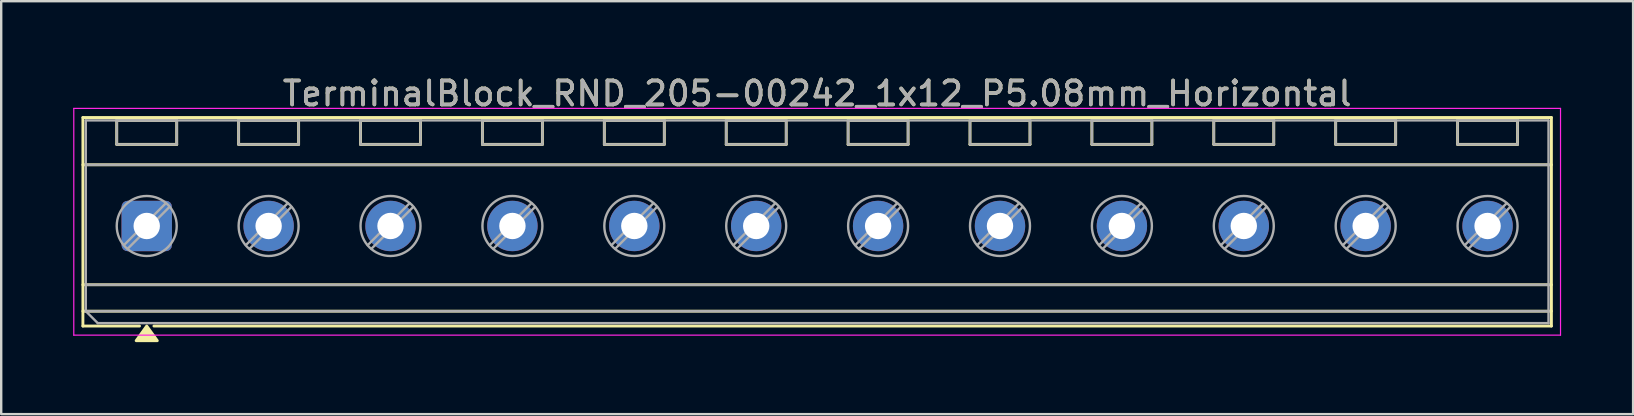
<source format=kicad_pcb>
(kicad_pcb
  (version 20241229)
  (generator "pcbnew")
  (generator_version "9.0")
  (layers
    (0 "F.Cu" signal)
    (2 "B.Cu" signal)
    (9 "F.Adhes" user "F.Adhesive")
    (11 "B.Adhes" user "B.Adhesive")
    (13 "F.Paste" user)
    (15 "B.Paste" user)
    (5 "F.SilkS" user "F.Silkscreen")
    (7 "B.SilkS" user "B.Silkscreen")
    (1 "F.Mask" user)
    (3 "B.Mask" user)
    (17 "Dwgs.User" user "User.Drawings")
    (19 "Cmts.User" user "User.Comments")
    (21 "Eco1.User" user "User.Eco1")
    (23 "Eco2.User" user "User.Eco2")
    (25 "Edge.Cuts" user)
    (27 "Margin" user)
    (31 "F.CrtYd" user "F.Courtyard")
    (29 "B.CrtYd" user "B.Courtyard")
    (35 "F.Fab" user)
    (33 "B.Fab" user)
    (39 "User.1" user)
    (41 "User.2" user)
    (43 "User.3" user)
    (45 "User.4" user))
  (footprint "TerminalBlock_RND_205-00242_1x12_P5.08mm_Horizontal"
    (layer "F.Cu")
    (at 3.065 6.368)
    (property "Reference" "TerminalBlock_RND_205-00242_1x12_P5.08mm_Horizontal" (at 27.94 -5.52 0) (layer "F.SilkS") (effects (font (size 1 1) (thickness 0.15))))
    (attr through_hole)
    (fp_line (start -2.66 -4.52) (end -2.66 4.17) (stroke (width 0.12) (type solid)) (layer "F.SilkS"))
    (fp_line (start -2.66 -4.52) (end 58.54 -4.52) (stroke (width 0.12) (type solid)) (layer "F.SilkS"))
    (fp_line (start -2.66 -2.55) (end 58.54 -2.55) (stroke (width 0.12) (type solid)) (layer "F.SilkS"))
    (fp_line (start -2.66 2.45) (end 58.54 2.45) (stroke (width 0.12) (type solid)) (layer "F.SilkS"))
    (fp_line (start -2.66 3.55) (end 58.54 3.55) (stroke (width 0.12) (type solid)) (layer "F.SilkS"))
    (fp_line (start -2.66 4.17) (end -0.3 4.17) (stroke (width 0.12) (type solid)) (layer "F.SilkS"))
    (fp_line (start -1.25 -4.4) (end -1.25 -3.4) (stroke (width 0.12) (type solid)) (layer "F.SilkS"))
    (fp_line (start -1.25 -4.4) (end 1.25 -4.4) (stroke (width 0.12) (type solid)) (layer "F.SilkS"))
    (fp_line (start -1.25 -3.4) (end 1.25 -3.4) (stroke (width 0.12) (type solid)) (layer "F.SilkS"))
    (fp_line (start 0.3 4.17) (end 58.54 4.17) (stroke (width 0.12) (type solid)) (layer "F.SilkS"))
    (fp_line (start 1.25 -4.4) (end 1.25 -3.4) (stroke (width 0.12) (type solid)) (layer "F.SilkS"))
    (fp_line (start 3.83 -4.4) (end 3.83 -3.4) (stroke (width 0.12) (type solid)) (layer "F.SilkS"))
    (fp_line (start 3.83 -4.4) (end 6.33 -4.4) (stroke (width 0.12) (type solid)) (layer "F.SilkS"))
    (fp_line (start 3.83 -3.4) (end 6.33 -3.4) (stroke (width 0.12) (type solid)) (layer "F.SilkS"))
    (fp_line (start 6.33 -4.4) (end 6.33 -3.4) (stroke (width 0.12) (type solid)) (layer "F.SilkS"))
    (fp_line (start 8.91 -4.4) (end 8.91 -3.4) (stroke (width 0.12) (type solid)) (layer "F.SilkS"))
    (fp_line (start 8.91 -4.4) (end 11.41 -4.4) (stroke (width 0.12) (type solid)) (layer "F.SilkS"))
    (fp_line (start 8.91 -3.4) (end 11.41 -3.4) (stroke (width 0.12) (type solid)) (layer "F.SilkS"))
    (fp_line (start 11.41 -4.4) (end 11.41 -3.4) (stroke (width 0.12) (type solid)) (layer "F.SilkS"))
    (fp_line (start 13.99 -4.4) (end 13.99 -3.4) (stroke (width 0.12) (type solid)) (layer "F.SilkS"))
    (fp_line (start 13.99 -4.4) (end 16.49 -4.4) (stroke (width 0.12) (type solid)) (layer "F.SilkS"))
    (fp_line (start 13.99 -3.4) (end 16.49 -3.4) (stroke (width 0.12) (type solid)) (layer "F.SilkS"))
    (fp_line (start 16.49 -4.4) (end 16.49 -3.4) (stroke (width 0.12) (type solid)) (layer "F.SilkS"))
    (fp_line (start 19.07 -4.4) (end 19.07 -3.4) (stroke (width 0.12) (type solid)) (layer "F.SilkS"))
    (fp_line (start 19.07 -4.4) (end 21.57 -4.4) (stroke (width 0.12) (type solid)) (layer "F.SilkS"))
    (fp_line (start 19.07 -3.4) (end 21.57 -3.4) (stroke (width 0.12) (type solid)) (layer "F.SilkS"))
    (fp_line (start 21.57 -4.4) (end 21.57 -3.4) (stroke (width 0.12) (type solid)) (layer "F.SilkS"))
    (fp_line (start 24.15 -4.4) (end 24.15 -3.4) (stroke (width 0.12) (type solid)) (layer "F.SilkS"))
    (fp_line (start 24.15 -4.4) (end 26.65 -4.4) (stroke (width 0.12) (type solid)) (layer "F.SilkS"))
    (fp_line (start 24.15 -3.4) (end 26.65 -3.4) (stroke (width 0.12) (type solid)) (layer "F.SilkS"))
    (fp_line (start 26.65 -4.4) (end 26.65 -3.4) (stroke (width 0.12) (type solid)) (layer "F.SilkS"))
    (fp_line (start 29.23 -4.4) (end 29.23 -3.4) (stroke (width 0.12) (type solid)) (layer "F.SilkS"))
    (fp_line (start 29.23 -4.4) (end 31.73 -4.4) (stroke (width 0.12) (type solid)) (layer "F.SilkS"))
    (fp_line (start 29.23 -3.4) (end 31.73 -3.4) (stroke (width 0.12) (type solid)) (layer "F.SilkS"))
    (fp_line (start 31.73 -4.4) (end 31.73 -3.4) (stroke (width 0.12) (type solid)) (layer "F.SilkS"))
    (fp_line (start 34.31 -4.4) (end 34.31 -3.4) (stroke (width 0.12) (type solid)) (layer "F.SilkS"))
    (fp_line (start 34.31 -4.4) (end 36.81 -4.4) (stroke (width 0.12) (type solid)) (layer "F.SilkS"))
    (fp_line (start 34.31 -3.4) (end 36.81 -3.4) (stroke (width 0.12) (type solid)) (layer "F.SilkS"))
    (fp_line (start 36.81 -4.4) (end 36.81 -3.4) (stroke (width 0.12) (type solid)) (layer "F.SilkS"))
    (fp_line (start 39.39 -4.4) (end 39.39 -3.4) (stroke (width 0.12) (type solid)) (layer "F.SilkS"))
    (fp_line (start 39.39 -4.4) (end 41.89 -4.4) (stroke (width 0.12) (type solid)) (layer "F.SilkS"))
    (fp_line (start 39.39 -3.4) (end 41.89 -3.4) (stroke (width 0.12) (type solid)) (layer "F.SilkS"))
    (fp_line (start 41.89 -4.4) (end 41.89 -3.4) (stroke (width 0.12) (type solid)) (layer "F.SilkS"))
    (fp_line (start 44.47 -4.4) (end 44.47 -3.4) (stroke (width 0.12) (type solid)) (layer "F.SilkS"))
    (fp_line (start 44.47 -4.4) (end 46.97 -4.4) (stroke (width 0.12) (type solid)) (layer "F.SilkS"))
    (fp_line (start 44.47 -3.4) (end 46.97 -3.4) (stroke (width 0.12) (type solid)) (layer "F.SilkS"))
    (fp_line (start 46.97 -4.4) (end 46.97 -3.4) (stroke (width 0.12) (type solid)) (layer "F.SilkS"))
    (fp_line (start 49.55 -4.4) (end 49.55 -3.4) (stroke (width 0.12) (type solid)) (layer "F.SilkS"))
    (fp_line (start 49.55 -4.4) (end 52.05 -4.4) (stroke (width 0.12) (type solid)) (layer "F.SilkS"))
    (fp_line (start 49.55 -3.4) (end 52.05 -3.4) (stroke (width 0.12) (type solid)) (layer "F.SilkS"))
    (fp_line (start 52.05 -4.4) (end 52.05 -3.4) (stroke (width 0.12) (type solid)) (layer "F.SilkS"))
    (fp_line (start 54.63 -4.4) (end 54.63 -3.4) (stroke (width 0.12) (type solid)) (layer "F.SilkS"))
    (fp_line (start 54.63 -4.4) (end 57.13 -4.4) (stroke (width 0.12) (type solid)) (layer "F.SilkS"))
    (fp_line (start 54.63 -3.4) (end 57.13 -3.4) (stroke (width 0.12) (type solid)) (layer "F.SilkS"))
    (fp_line (start 57.13 -4.4) (end 57.13 -3.4) (stroke (width 0.12) (type solid)) (layer "F.SilkS"))
    (fp_line (start 58.54 -4.52) (end 58.54 4.17) (stroke (width 0.12) (type solid)) (layer "F.SilkS"))
    (fp_poly (pts (xy 0 4.17) (xy 0.44 4.78) (xy -0.44 4.78)) (stroke (width 0.12) (type solid)) (fill yes) (layer "F.SilkS"))
    (fp_line (start -3.04 -4.9) (end -3.04 4.55) (stroke (width 0.05) (type solid)) (layer "F.CrtYd"))
    (fp_line (start -3.04 4.55) (end 58.92 4.55) (stroke (width 0.05) (type solid)) (layer "F.CrtYd"))
    (fp_line (start 58.92 -4.9) (end -3.04 -4.9) (stroke (width 0.05) (type solid)) (layer "F.CrtYd"))
    (fp_line (start 58.92 4.55) (end 58.92 -4.9) (stroke (width 0.05) (type solid)) (layer "F.CrtYd"))
    (fp_line (start -2.54 -4.4) (end 58.42 -4.4) (stroke (width 0.1) (type solid)) (layer "F.Fab"))
    (fp_line (start -2.54 -2.55) (end 58.42 -2.55) (stroke (width 0.1) (type solid)) (layer "F.Fab"))
    (fp_line (start -2.54 2.45) (end 58.42 2.45) (stroke (width 0.1) (type solid)) (layer "F.Fab"))
    (fp_line (start -2.54 3.55) (end -2.54 -4.4) (stroke (width 0.1) (type solid)) (layer "F.Fab"))
    (fp_line (start -2.54 3.55) (end 58.42 3.55) (stroke (width 0.1) (type solid)) (layer "F.Fab"))
    (fp_line (start -2.04 4.05) (end -2.54 3.55) (stroke (width 0.1) (type solid)) (layer "F.Fab"))
    (fp_line (start -1.25 -4.4) (end -1.25 -3.4) (stroke (width 0.1) (type solid)) (layer "F.Fab"))
    (fp_line (start -1.25 -3.4) (end 1.25 -3.4) (stroke (width 0.1) (type solid)) (layer "F.Fab"))
    (fp_line (start 0.795 -0.948) (end -0.948 0.795) (stroke (width 0.1) (type solid)) (layer "F.Fab"))
    (fp_line (start 0.948 -0.795) (end -0.795 0.948) (stroke (width 0.1) (type solid)) (layer "F.Fab"))
    (fp_line (start 1.25 -4.4) (end -1.25 -4.4) (stroke (width 0.1) (type solid)) (layer "F.Fab"))
    (fp_line (start 1.25 -3.4) (end 1.25 -4.4) (stroke (width 0.1) (type solid)) (layer "F.Fab"))
    (fp_line (start 3.83 -4.4) (end 3.83 -3.4) (stroke (width 0.1) (type solid)) (layer "F.Fab"))
    (fp_line (start 3.83 -3.4) (end 6.33 -3.4) (stroke (width 0.1) (type solid)) (layer "F.Fab"))
    (fp_line (start 5.875 -0.948) (end 4.132 0.795) (stroke (width 0.1) (type solid)) (layer "F.Fab"))
    (fp_line (start 6.028 -0.795) (end 4.285 0.948) (stroke (width 0.1) (type solid)) (layer "F.Fab"))
    (fp_line (start 6.33 -4.4) (end 3.83 -4.4) (stroke (width 0.1) (type solid)) (layer "F.Fab"))
    (fp_line (start 6.33 -3.4) (end 6.33 -4.4) (stroke (width 0.1) (type solid)) (layer "F.Fab"))
    (fp_line (start 8.91 -4.4) (end 8.91 -3.4) (stroke (width 0.1) (type solid)) (layer "F.Fab"))
    (fp_line (start 8.91 -3.4) (end 11.41 -3.4) (stroke (width 0.1) (type solid)) (layer "F.Fab"))
    (fp_line (start 10.955 -0.948) (end 9.212 0.795) (stroke (width 0.1) (type solid)) (layer "F.Fab"))
    (fp_line (start 11.108 -0.795) (end 9.365 0.948) (stroke (width 0.1) (type solid)) (layer "F.Fab"))
    (fp_line (start 11.41 -4.4) (end 8.91 -4.4) (stroke (width 0.1) (type solid)) (layer "F.Fab"))
    (fp_line (start 11.41 -3.4) (end 11.41 -4.4) (stroke (width 0.1) (type solid)) (layer "F.Fab"))
    (fp_line (start 13.99 -4.4) (end 13.99 -3.4) (stroke (width 0.1) (type solid)) (layer "F.Fab"))
    (fp_line (start 13.99 -3.4) (end 16.49 -3.4) (stroke (width 0.1) (type solid)) (layer "F.Fab"))
    (fp_line (start 16.035 -0.948) (end 14.292 0.795) (stroke (width 0.1) (type solid)) (layer "F.Fab"))
    (fp_line (start 16.188 -0.795) (end 14.445 0.948) (stroke (width 0.1) (type solid)) (layer "F.Fab"))
    (fp_line (start 16.49 -4.4) (end 13.99 -4.4) (stroke (width 0.1) (type solid)) (layer "F.Fab"))
    (fp_line (start 16.49 -3.4) (end 16.49 -4.4) (stroke (width 0.1) (type solid)) (layer "F.Fab"))
    (fp_line (start 19.07 -4.4) (end 19.07 -3.4) (stroke (width 0.1) (type solid)) (layer "F.Fab"))
    (fp_line (start 19.07 -3.4) (end 21.57 -3.4) (stroke (width 0.1) (type solid)) (layer "F.Fab"))
    (fp_line (start 21.115 -0.948) (end 19.372 0.795) (stroke (width 0.1) (type solid)) (layer "F.Fab"))
    (fp_line (start 21.268 -0.795) (end 19.525 0.948) (stroke (width 0.1) (type solid)) (layer "F.Fab"))
    (fp_line (start 21.57 -4.4) (end 19.07 -4.4) (stroke (width 0.1) (type solid)) (layer "F.Fab"))
    (fp_line (start 21.57 -3.4) (end 21.57 -4.4) (stroke (width 0.1) (type solid)) (layer "F.Fab"))
    (fp_line (start 24.15 -4.4) (end 24.15 -3.4) (stroke (width 0.1) (type solid)) (layer "F.Fab"))
    (fp_line (start 24.15 -3.4) (end 26.65 -3.4) (stroke (width 0.1) (type solid)) (layer "F.Fab"))
    (fp_line (start 26.195 -0.948) (end 24.452 0.795) (stroke (width 0.1) (type solid)) (layer "F.Fab"))
    (fp_line (start 26.348 -0.795) (end 24.605 0.948) (stroke (width 0.1) (type solid)) (layer "F.Fab"))
    (fp_line (start 26.65 -4.4) (end 24.15 -4.4) (stroke (width 0.1) (type solid)) (layer "F.Fab"))
    (fp_line (start 26.65 -3.4) (end 26.65 -4.4) (stroke (width 0.1) (type solid)) (layer "F.Fab"))
    (fp_line (start 29.23 -4.4) (end 29.23 -3.4) (stroke (width 0.1) (type solid)) (layer "F.Fab"))
    (fp_line (start 29.23 -3.4) (end 31.73 -3.4) (stroke (width 0.1) (type solid)) (layer "F.Fab"))
    (fp_line (start 31.275 -0.948) (end 29.532 0.795) (stroke (width 0.1) (type solid)) (layer "F.Fab"))
    (fp_line (start 31.428 -0.795) (end 29.685 0.948) (stroke (width 0.1) (type solid)) (layer "F.Fab"))
    (fp_line (start 31.73 -4.4) (end 29.23 -4.4) (stroke (width 0.1) (type solid)) (layer "F.Fab"))
    (fp_line (start 31.73 -3.4) (end 31.73 -4.4) (stroke (width 0.1) (type solid)) (layer "F.Fab"))
    (fp_line (start 34.31 -4.4) (end 34.31 -3.4) (stroke (width 0.1) (type solid)) (layer "F.Fab"))
    (fp_line (start 34.31 -3.4) (end 36.81 -3.4) (stroke (width 0.1) (type solid)) (layer "F.Fab"))
    (fp_line (start 36.355 -0.948) (end 34.612 0.795) (stroke (width 0.1) (type solid)) (layer "F.Fab"))
    (fp_line (start 36.508 -0.795) (end 34.765 0.948) (stroke (width 0.1) (type solid)) (layer "F.Fab"))
    (fp_line (start 36.81 -4.4) (end 34.31 -4.4) (stroke (width 0.1) (type solid)) (layer "F.Fab"))
    (fp_line (start 36.81 -3.4) (end 36.81 -4.4) (stroke (width 0.1) (type solid)) (layer "F.Fab"))
    (fp_line (start 39.39 -4.4) (end 39.39 -3.4) (stroke (width 0.1) (type solid)) (layer "F.Fab"))
    (fp_line (start 39.39 -3.4) (end 41.89 -3.4) (stroke (width 0.1) (type solid)) (layer "F.Fab"))
    (fp_line (start 41.435 -0.948) (end 39.692 0.795) (stroke (width 0.1) (type solid)) (layer "F.Fab"))
    (fp_line (start 41.588 -0.795) (end 39.845 0.948) (stroke (width 0.1) (type solid)) (layer "F.Fab"))
    (fp_line (start 41.89 -4.4) (end 39.39 -4.4) (stroke (width 0.1) (type solid)) (layer "F.Fab"))
    (fp_line (start 41.89 -3.4) (end 41.89 -4.4) (stroke (width 0.1) (type solid)) (layer "F.Fab"))
    (fp_line (start 44.47 -4.4) (end 44.47 -3.4) (stroke (width 0.1) (type solid)) (layer "F.Fab"))
    (fp_line (start 44.47 -3.4) (end 46.97 -3.4) (stroke (width 0.1) (type solid)) (layer "F.Fab"))
    (fp_line (start 46.515 -0.948) (end 44.772 0.795) (stroke (width 0.1) (type solid)) (layer "F.Fab"))
    (fp_line (start 46.668 -0.795) (end 44.925 0.948) (stroke (width 0.1) (type solid)) (layer "F.Fab"))
    (fp_line (start 46.97 -4.4) (end 44.47 -4.4) (stroke (width 0.1) (type solid)) (layer "F.Fab"))
    (fp_line (start 46.97 -3.4) (end 46.97 -4.4) (stroke (width 0.1) (type solid)) (layer "F.Fab"))
    (fp_line (start 49.55 -4.4) (end 49.55 -3.4) (stroke (width 0.1) (type solid)) (layer "F.Fab"))
    (fp_line (start 49.55 -3.4) (end 52.05 -3.4) (stroke (width 0.1) (type solid)) (layer "F.Fab"))
    (fp_line (start 51.595 -0.948) (end 49.852 0.795) (stroke (width 0.1) (type solid)) (layer "F.Fab"))
    (fp_line (start 51.748 -0.795) (end 50.005 0.948) (stroke (width 0.1) (type solid)) (layer "F.Fab"))
    (fp_line (start 52.05 -4.4) (end 49.55 -4.4) (stroke (width 0.1) (type solid)) (layer "F.Fab"))
    (fp_line (start 52.05 -3.4) (end 52.05 -4.4) (stroke (width 0.1) (type solid)) (layer "F.Fab"))
    (fp_line (start 54.63 -4.4) (end 54.63 -3.4) (stroke (width 0.1) (type solid)) (layer "F.Fab"))
    (fp_line (start 54.63 -3.4) (end 57.13 -3.4) (stroke (width 0.1) (type solid)) (layer "F.Fab"))
    (fp_line (start 56.675 -0.948) (end 54.932 0.795) (stroke (width 0.1) (type solid)) (layer "F.Fab"))
    (fp_line (start 56.828 -0.795) (end 55.085 0.948) (stroke (width 0.1) (type solid)) (layer "F.Fab"))
    (fp_line (start 57.13 -4.4) (end 54.63 -4.4) (stroke (width 0.1) (type solid)) (layer "F.Fab"))
    (fp_line (start 57.13 -3.4) (end 57.13 -4.4) (stroke (width 0.1) (type solid)) (layer "F.Fab"))
    (fp_line (start 58.42 -4.4) (end 58.42 4.05) (stroke (width 0.1) (type solid)) (layer "F.Fab"))
    (fp_line (start 58.42 4.05) (end -2.04 4.05) (stroke (width 0.1) (type solid)) (layer "F.Fab"))
    (fp_circle (center 0 0) (end 1.25 0) (stroke (width 0.1) (type solid)) (fill no) (layer "F.Fab"))
    (fp_circle (center 5.08 0) (end 6.33 0) (stroke (width 0.1) (type solid)) (fill no) (layer "F.Fab"))
    (fp_circle (center 10.16 0) (end 11.41 0) (stroke (width 0.1) (type solid)) (fill no) (layer "F.Fab"))
    (fp_circle (center 15.24 0) (end 16.49 0) (stroke (width 0.1) (type solid)) (fill no) (layer "F.Fab"))
    (fp_circle (center 20.32 0) (end 21.57 0) (stroke (width 0.1) (type solid)) (fill no) (layer "F.Fab"))
    (fp_circle (center 25.4 0) (end 26.65 0) (stroke (width 0.1) (type solid)) (fill no) (layer "F.Fab"))
    (fp_circle (center 30.48 0) (end 31.73 0) (stroke (width 0.1) (type solid)) (fill no) (layer "F.Fab"))
    (fp_circle (center 35.56 0) (end 36.81 0) (stroke (width 0.1) (type solid)) (fill no) (layer "F.Fab"))
    (fp_circle (center 40.64 0) (end 41.89 0) (stroke (width 0.1) (type solid)) (fill no) (layer "F.Fab"))
    (fp_circle (center 45.72 0) (end 46.97 0) (stroke (width 0.1) (type solid)) (fill no) (layer "F.Fab"))
    (fp_circle (center 50.8 0) (end 52.05 0) (stroke (width 0.1) (type solid)) (fill no) (layer "F.Fab"))
    (fp_circle (center 55.88 0) (end 57.13 0) (stroke (width 0.1) (type solid)) (fill no) (layer "F.Fab"))
    (fp_text user "${REFERENCE}" (at 27.94 -5.52 0) (layer "F.Fab") (effects (font (size 1 1) (thickness 0.15))))
    (pad "1" thru_hole roundrect (at 0 0) (size 2.1 2.1) (drill 1.1) (layers "*.Cu" "*.Mask") (roundrect_rratio 0.119))
    (pad "2" thru_hole circle (at 5.08 0) (size 2.1 2.1) (drill 1.1) (layers "*.Cu" "*.Mask"))
    (pad "3" thru_hole circle (at 10.16 0) (size 2.1 2.1) (drill 1.1) (layers "*.Cu" "*.Mask"))
    (pad "4" thru_hole circle (at 15.24 0) (size 2.1 2.1) (drill 1.1) (layers "*.Cu" "*.Mask"))
    (pad "5" thru_hole circle (at 20.32 0) (size 2.1 2.1) (drill 1.1) (layers "*.Cu" "*.Mask"))
    (pad "6" thru_hole circle (at 25.4 0) (size 2.1 2.1) (drill 1.1) (layers "*.Cu" "*.Mask"))
    (pad "7" thru_hole circle (at 30.48 0) (size 2.1 2.1) (drill 1.1) (layers "*.Cu" "*.Mask"))
    (pad "8" thru_hole circle (at 35.56 0) (size 2.1 2.1) (drill 1.1) (layers "*.Cu" "*.Mask"))
    (pad "9" thru_hole circle (at 40.64 0) (size 2.1 2.1) (drill 1.1) (layers "*.Cu" "*.Mask"))
    (pad "10" thru_hole circle (at 45.72 0) (size 2.1 2.1) (drill 1.1) (layers "*.Cu" "*.Mask"))
    (pad "11" thru_hole circle (at 50.8 0) (size 2.1 2.1) (drill 1.1) (layers "*.Cu" "*.Mask"))
    (pad "12" thru_hole circle (at 55.88 0) (size 2.1 2.1) (drill 1.1) (layers "*.Cu" "*.Mask")))
  (gr_rect
    (start -3 -3)
    (end 65.01 14.208)
    (stroke (width 0.1) (type default))
    (fill no)
    (layer "Edge.Cuts")))
</source>
